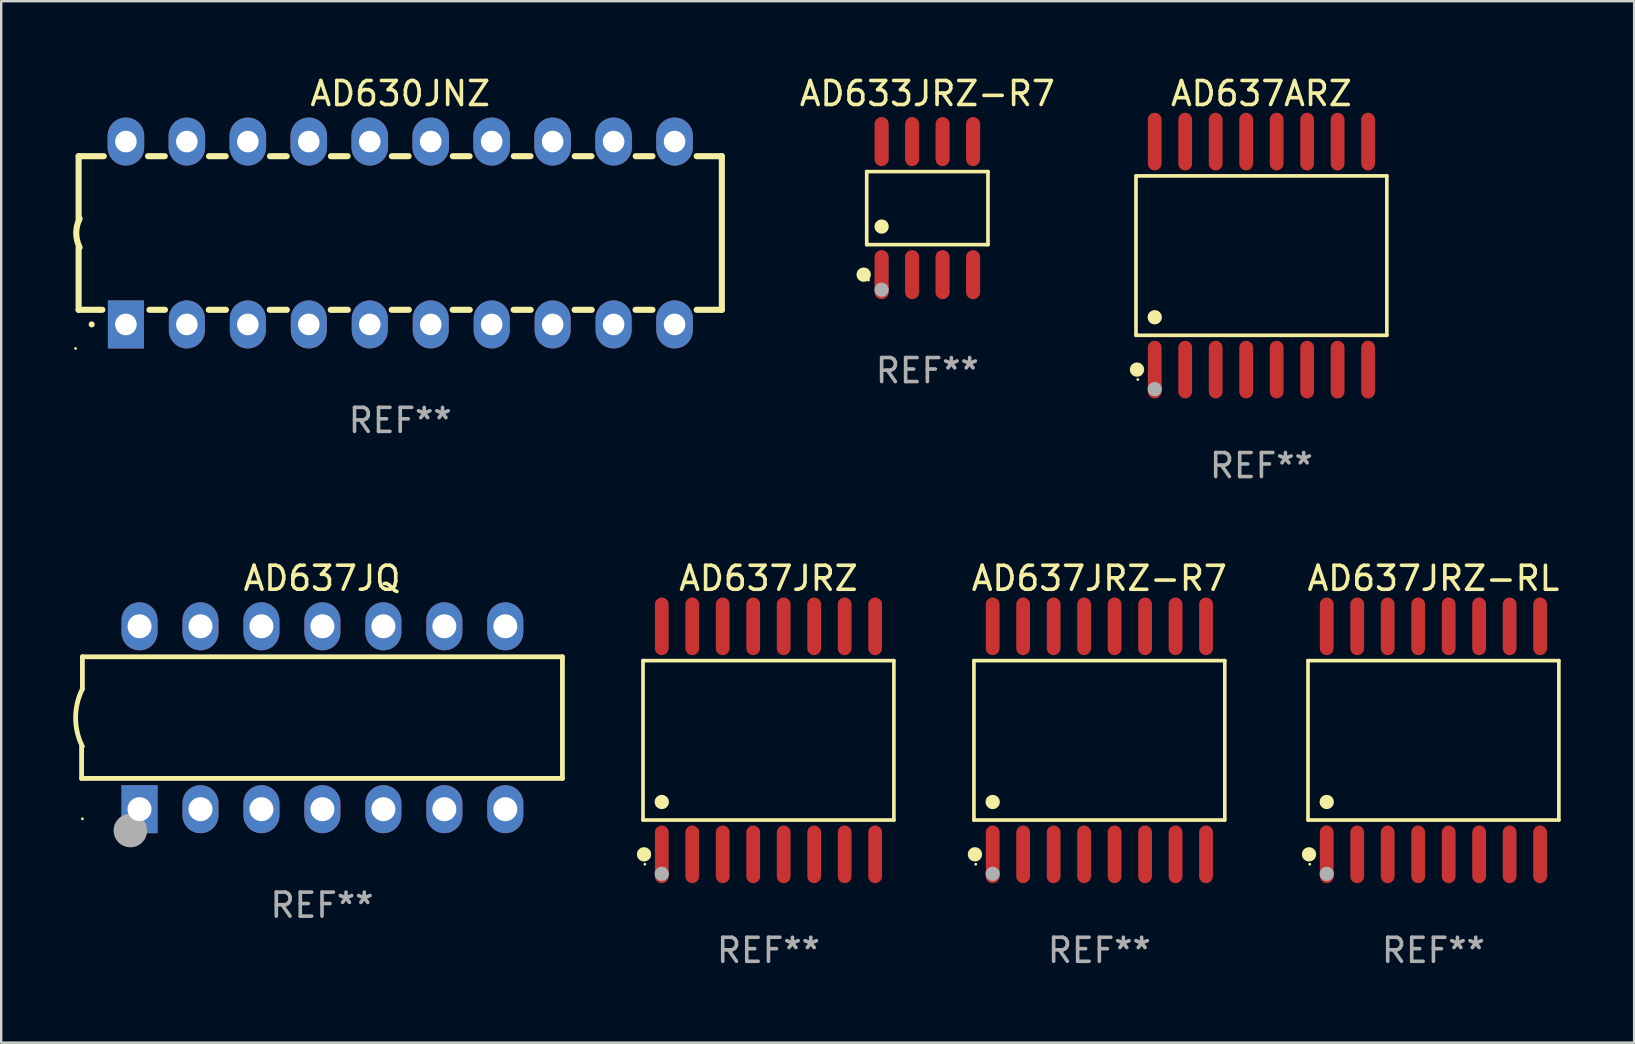
<source format=kicad_pcb>
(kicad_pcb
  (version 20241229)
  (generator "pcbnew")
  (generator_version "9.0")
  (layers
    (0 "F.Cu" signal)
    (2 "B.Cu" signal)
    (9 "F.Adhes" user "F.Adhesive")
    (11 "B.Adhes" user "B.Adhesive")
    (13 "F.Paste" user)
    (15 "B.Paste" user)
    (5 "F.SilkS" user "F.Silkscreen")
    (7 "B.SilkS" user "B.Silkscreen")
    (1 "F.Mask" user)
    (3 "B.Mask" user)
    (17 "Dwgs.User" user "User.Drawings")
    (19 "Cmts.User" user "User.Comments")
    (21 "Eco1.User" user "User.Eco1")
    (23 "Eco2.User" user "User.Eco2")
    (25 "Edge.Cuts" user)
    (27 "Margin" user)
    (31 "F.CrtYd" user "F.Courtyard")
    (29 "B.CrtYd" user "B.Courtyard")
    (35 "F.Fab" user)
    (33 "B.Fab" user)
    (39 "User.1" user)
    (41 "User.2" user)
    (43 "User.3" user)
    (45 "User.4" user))
  (footprint "AD637JQ"
    (layer "F.Cu")
    (at 10.367 26.855)
    (property "Reference" "AD637JQ" (at 0 -5.81 0) (layer "F.SilkS") (effects (font (size 1 1) (thickness 0.15))))
    (attr through_hole)
    (fp_line (start -10.017 2.527) (end -10.017 1.199) (stroke (width 0.2) (type solid)) (layer "F.SilkS"))
    (fp_line (start -9.984 -2.54) (end 10.017 -2.54) (stroke (width 0.2) (type solid)) (layer "F.SilkS"))
    (fp_line (start -9.984 -1.2) (end -9.984 -2.54) (stroke (width 0.2) (type solid)) (layer "F.SilkS"))
    (fp_line (start 10.017 -2.54) (end 10.017 2.527) (stroke (width 0.2) (type solid)) (layer "F.SilkS"))
    (fp_line (start 10.017 2.527) (end -10.017 2.527) (stroke (width 0.2) (type solid)) (layer "F.SilkS"))
    (fp_arc (start -9.983503 1.198882) (mid -10.266661 -0.000556) (end -9.983528 -1.2) (stroke (width 0.2) (type solid)) (layer "F.SilkS"))
    (fp_circle (center -9.984 4.21) (end -9.954 4.21) (stroke (width 0.06) (type solid)) (fill no) (layer "F.SilkS"))
    (fp_circle (center -7.985 4.699) (end -7.635 4.699) (stroke (width 0.7) (type solid)) (fill no) (layer "F.Fab"))
    (fp_text user "REF**" (at 0 7.81 0) (layer "F.Fab") (effects (font (size 1 1) (thickness 0.15))))
    (pad "1" thru_hole rect (at -7.604 3.81 90) (size 2 1.5) (drill 1) (layers "*.Cu" "*.Mask"))
    (pad "2" thru_hole oval (at -5.064 3.81 90) (size 2 1.5) (drill 1) (layers "*.Cu" "*.Mask"))
    (pad "3" thru_hole oval (at -2.524 3.81 90) (size 2 1.5) (drill 1) (layers "*.Cu" "*.Mask"))
    (pad "4" thru_hole oval (at 0.016 3.81 90) (size 2 1.5) (drill 1) (layers "*.Cu" "*.Mask"))
    (pad "5" thru_hole oval (at 2.557 3.81 90) (size 2 1.5) (drill 1) (layers "*.Cu" "*.Mask"))
    (pad "6" thru_hole oval (at 5.097 3.81 90) (size 2 1.5) (drill 1) (layers "*.Cu" "*.Mask"))
    (pad "7" thru_hole oval (at 7.637 3.81 90) (size 2 1.5) (drill 1) (layers "*.Cu" "*.Mask"))
    (pad "8" thru_hole oval (at 7.637 -3.81 90) (size 2 1.5) (drill 1) (layers "*.Cu" "*.Mask"))
    (pad "9" thru_hole oval (at 5.097 -3.81 90) (size 2 1.5) (drill 1) (layers "*.Cu" "*.Mask"))
    (pad "10" thru_hole oval (at 2.557 -3.81 90) (size 2 1.5) (drill 1) (layers "*.Cu" "*.Mask"))
    (pad "11" thru_hole oval (at 0.016 -3.81 90) (size 2 1.5) (drill 1) (layers "*.Cu" "*.Mask"))
    (pad "12" thru_hole oval (at -2.524 -3.81 90) (size 2 1.5) (drill 1) (layers "*.Cu" "*.Mask"))
    (pad "13" thru_hole oval (at -5.064 -3.81 90) (size 2 1.5) (drill 1) (layers "*.Cu" "*.Mask"))
    (pad "14" thru_hole oval (at -7.604 -3.81 90) (size 2 1.5) (drill 1) (layers "*.Cu" "*.Mask")))
  (footprint "AD630JNZ"
    (layer "F.Cu")
    (at 13.626 6.658)
    (property "Reference" "AD630JNZ" (at 0 -5.81 0) (layer "F.SilkS") (effects (font (size 1 1) (thickness 0.15))))
    (attr through_hole)
    (fp_line (start -13.4 -3.2) (end -12.351 -3.2) (stroke (width 0.254) (type solid)) (layer "F.SilkS"))
    (fp_line (start -13.4 -0.6) (end -13.4 -3.2) (stroke (width 0.254) (type solid)) (layer "F.SilkS"))
    (fp_line (start -13.4 3.2) (end -13.4 0.6) (stroke (width 0.254) (type solid)) (layer "F.SilkS"))
    (fp_line (start -13.4 3.2) (end -12.411 3.2) (stroke (width 0.254) (type solid)) (layer "F.SilkS"))
    (fp_line (start -10.509 -3.2) (end -9.811 -3.2) (stroke (width 0.254) (type solid)) (layer "F.SilkS"))
    (fp_line (start -10.449 3.2) (end -9.803 3.2) (stroke (width 0.254) (type solid)) (layer "F.SilkS"))
    (fp_line (start -7.977 3.2) (end -7.263 3.2) (stroke (width 0.254) (type solid)) (layer "F.SilkS"))
    (fp_line (start -7.969 -3.2) (end -7.271 -3.2) (stroke (width 0.254) (type solid)) (layer "F.SilkS"))
    (fp_line (start -5.437 3.2) (end -4.723 3.2) (stroke (width 0.254) (type solid)) (layer "F.SilkS"))
    (fp_line (start -5.429 -3.2) (end -4.731 -3.2) (stroke (width 0.254) (type solid)) (layer "F.SilkS"))
    (fp_line (start -2.897 3.2) (end -2.183 3.2) (stroke (width 0.254) (type solid)) (layer "F.SilkS"))
    (fp_line (start -2.889 -3.2) (end -2.191 -3.2) (stroke (width 0.254) (type solid)) (layer "F.SilkS"))
    (fp_line (start -0.357 3.2) (end 0.357 3.2) (stroke (width 0.254) (type solid)) (layer "F.SilkS"))
    (fp_line (start -0.349 -3.2) (end 0.349 -3.2) (stroke (width 0.254) (type solid)) (layer "F.SilkS"))
    (fp_line (start 2.183 3.2) (end 2.897 3.2) (stroke (width 0.254) (type solid)) (layer "F.SilkS"))
    (fp_line (start 2.191 -3.2) (end 2.889 -3.2) (stroke (width 0.254) (type solid)) (layer "F.SilkS"))
    (fp_line (start 4.723 3.2) (end 5.437 3.2) (stroke (width 0.254) (type solid)) (layer "F.SilkS"))
    (fp_line (start 4.731 -3.2) (end 5.429 -3.2) (stroke (width 0.254) (type solid)) (layer "F.SilkS"))
    (fp_line (start 7.263 3.2) (end 7.977 3.2) (stroke (width 0.254) (type solid)) (layer "F.SilkS"))
    (fp_line (start 7.271 -3.2) (end 7.969 -3.2) (stroke (width 0.254) (type solid)) (layer "F.SilkS"))
    (fp_line (start 9.803 3.2) (end 10.509 3.2) (stroke (width 0.254) (type solid)) (layer "F.SilkS"))
    (fp_line (start 9.811 -3.2) (end 10.509 -3.2) (stroke (width 0.254) (type solid)) (layer "F.SilkS"))
    (fp_line (start 12.351 -3.2) (end 13.4 -3.2) (stroke (width 0.254) (type solid)) (layer "F.SilkS"))
    (fp_line (start 12.351 3.2) (end 13.4 3.2) (stroke (width 0.254) (type solid)) (layer "F.SilkS"))
    (fp_line (start 13.4 -3.2) (end 13.4 3.2) (stroke (width 0.254) (type solid)) (layer "F.SilkS"))
    (fp_arc (start -13.357557 0.599721) (mid -13.499295 0.000123) (end -13.358598 -0.599721) (stroke (width 0.254001) (type solid)) (layer "F.SilkS"))
    (fp_arc (start -12.854966 3.810008) (mid -12.854973 3.808738) (end -12.854966 3.807468) (stroke (width 0.25) (type solid)) (layer "F.SilkS"))
    (fp_circle (center -13.527 4.81) (end -13.497 4.81) (stroke (width 0.06) (type solid)) (fill no) (layer "F.SilkS"))
    (fp_text user "REF**" (at 0 7.81 0) (layer "F.Fab") (effects (font (size 1 1) (thickness 0.15))))
    (pad "1" thru_hole rect (at -11.43 3.81 90) (size 2 1.5) (drill 0.9) (layers "*.Cu" "*.Mask"))
    (pad "2" thru_hole oval (at -8.89 3.81 90) (size 2 1.5) (drill 0.9) (layers "*.Cu" "*.Mask"))
    (pad "3" thru_hole oval (at -6.35 3.81 90) (size 2 1.5) (drill 0.9) (layers "*.Cu" "*.Mask"))
    (pad "4" thru_hole oval (at -3.81 3.81 90) (size 2 1.5) (drill 0.9) (layers "*.Cu" "*.Mask"))
    (pad "5" thru_hole oval (at -1.27 3.81 90) (size 2 1.5) (drill 0.9) (layers "*.Cu" "*.Mask"))
    (pad "6" thru_hole oval (at 1.27 3.81 90) (size 2 1.5) (drill 0.9) (layers "*.Cu" "*.Mask"))
    (pad "7" thru_hole oval (at 3.81 3.81 90) (size 2 1.5) (drill 0.9) (layers "*.Cu" "*.Mask"))
    (pad "8" thru_hole oval (at 6.35 3.81 90) (size 2 1.5) (drill 0.9) (layers "*.Cu" "*.Mask"))
    (pad "9" thru_hole oval (at 8.89 3.81 90) (size 2 1.5) (drill 0.9) (layers "*.Cu" "*.Mask"))
    (pad "10" thru_hole oval (at 11.43 3.81 90) (size 2 1.524) (drill 0.9) (layers "*.Cu" "*.Mask"))
    (pad "11" thru_hole oval (at 11.43 -3.81 90) (size 2 1.524) (drill 0.9) (layers "*.Cu" "*.Mask"))
    (pad "12" thru_hole oval (at 8.89 -3.81 90) (size 2 1.524) (drill 0.9) (layers "*.Cu" "*.Mask"))
    (pad "13" thru_hole oval (at 6.35 -3.81 90) (size 2 1.524) (drill 0.9) (layers "*.Cu" "*.Mask"))
    (pad "14" thru_hole oval (at 3.81 -3.81 90) (size 2 1.524) (drill 0.9) (layers "*.Cu" "*.Mask"))
    (pad "15" thru_hole oval (at 1.27 -3.81 90) (size 2 1.524) (drill 0.9) (layers "*.Cu" "*.Mask"))
    (pad "16" thru_hole oval (at -1.27 -3.81 90) (size 2 1.524) (drill 0.9) (layers "*.Cu" "*.Mask"))
    (pad "17" thru_hole oval (at -3.81 -3.81 90) (size 2 1.524) (drill 0.9) (layers "*.Cu" "*.Mask"))
    (pad "18" thru_hole oval (at -6.35 -3.81 90) (size 2 1.524) (drill 0.9) (layers "*.Cu" "*.Mask"))
    (pad "19" thru_hole oval (at -8.89 -3.81 90) (size 2 1.524) (drill 0.9) (layers "*.Cu" "*.Mask"))
    (pad "20" thru_hole oval (at -11.43 -3.81 90) (size 2 1.524) (drill 0.9) (layers "*.Cu" "*.Mask")))
  (footprint "AD637JRZ-RL"
    (layer "F.Cu")
    (at 56.674 27.796)
    (property "Reference" "AD637JRZ-RL" (at 0 -6.75 0) (layer "F.SilkS") (effects (font (size 1 1) (thickness 0.15))))
    (attr through_hole)
    (fp_line (start -5.226 -3.321) (end 5.226 -3.321) (stroke (width 0.152) (type solid)) (layer "F.SilkS"))
    (fp_line (start -5.226 3.321) (end -5.226 -3.321) (stroke (width 0.152) (type solid)) (layer "F.SilkS"))
    (fp_line (start 5.226 -3.321) (end 5.226 3.321) (stroke (width 0.152) (type solid)) (layer "F.SilkS"))
    (fp_line (start 5.226 3.321) (end -5.226 3.321) (stroke (width 0.152) (type solid)) (layer "F.SilkS"))
    (fp_circle (center -5.184 4.75) (end -5.034 4.75) (stroke (width 0.3) (type solid)) (fill no) (layer "F.SilkS"))
    (fp_circle (center -5.15 5.163) (end -5.12 5.163) (stroke (width 0.06) (type solid)) (fill no) (layer "F.SilkS"))
    (fp_circle (center -4.445 2.569) (end -4.295 2.569) (stroke (width 0.3) (type solid)) (fill no) (layer "F.SilkS"))
    (fp_circle (center -4.445 5.563) (end -4.295 5.563) (stroke (width 0.3) (type solid)) (fill no) (layer "F.Fab"))
    (fp_text user "REF**" (at 0 8.75 0) (layer "F.Fab") (effects (font (size 1 1) (thickness 0.15))))
    (pad "1" smd oval (at -4.445 4.75) (size 0.574 2.401) (layers "F.Cu" "F.Mask" "F.Paste"))
    (pad "2" smd oval (at -3.175 4.75) (size 0.574 2.401) (layers "F.Cu" "F.Mask" "F.Paste"))
    (pad "3" smd oval (at -1.905 4.75) (size 0.574 2.401) (layers "F.Cu" "F.Mask" "F.Paste"))
    (pad "4" smd oval (at -0.635 4.75) (size 0.574 2.401) (layers "F.Cu" "F.Mask" "F.Paste"))
    (pad "5" smd oval (at 0.635 4.75) (size 0.574 2.401) (layers "F.Cu" "F.Mask" "F.Paste"))
    (pad "6" smd oval (at 1.905 4.75) (size 0.574 2.401) (layers "F.Cu" "F.Mask" "F.Paste"))
    (pad "7" smd oval (at 3.175 4.75) (size 0.574 2.401) (layers "F.Cu" "F.Mask" "F.Paste"))
    (pad "8" smd oval (at 4.445 4.75) (size 0.574 2.401) (layers "F.Cu" "F.Mask" "F.Paste"))
    (pad "9" smd oval (at 4.445 -4.75) (size 0.574 2.401) (layers "F.Cu" "F.Mask" "F.Paste"))
    (pad "10" smd oval (at 3.175 -4.75) (size 0.574 2.401) (layers "F.Cu" "F.Mask" "F.Paste"))
    (pad "11" smd oval (at 1.905 -4.75) (size 0.574 2.401) (layers "F.Cu" "F.Mask" "F.Paste"))
    (pad "12" smd oval (at 0.635 -4.75) (size 0.574 2.401) (layers "F.Cu" "F.Mask" "F.Paste"))
    (pad "13" smd oval (at -0.635 -4.75) (size 0.574 2.401) (layers "F.Cu" "F.Mask" "F.Paste"))
    (pad "14" smd oval (at -1.905 -4.75) (size 0.574 2.401) (layers "F.Cu" "F.Mask" "F.Paste"))
    (pad "15" smd oval (at -3.175 -4.75) (size 0.574 2.401) (layers "F.Cu" "F.Mask" "F.Paste"))
    (pad "16" smd oval (at -4.445 -4.75) (size 0.574 2.401) (layers "F.Cu" "F.Mask" "F.Paste")))
  (footprint "AD637ARZ"
    (layer "F.Cu")
    (at 49.507 7.599)
    (property "Reference" "AD637ARZ" (at 0 -6.75 0) (layer "F.SilkS") (effects (font (size 1 1) (thickness 0.15))))
    (attr through_hole)
    (fp_line (start -5.226 -3.321) (end 5.226 -3.321) (stroke (width 0.152) (type solid)) (layer "F.SilkS"))
    (fp_line (start -5.226 3.321) (end -5.226 -3.321) (stroke (width 0.152) (type solid)) (layer "F.SilkS"))
    (fp_line (start 5.226 -3.321) (end 5.226 3.321) (stroke (width 0.152) (type solid)) (layer "F.SilkS"))
    (fp_line (start 5.226 3.321) (end -5.226 3.321) (stroke (width 0.152) (type solid)) (layer "F.SilkS"))
    (fp_circle (center -5.184 4.75) (end -5.034 4.75) (stroke (width 0.3) (type solid)) (fill no) (layer "F.SilkS"))
    (fp_circle (center -5.15 5.163) (end -5.12 5.163) (stroke (width 0.06) (type solid)) (fill no) (layer "F.SilkS"))
    (fp_circle (center -4.445 2.569) (end -4.295 2.569) (stroke (width 0.3) (type solid)) (fill no) (layer "F.SilkS"))
    (fp_circle (center -4.445 5.563) (end -4.295 5.563) (stroke (width 0.3) (type solid)) (fill no) (layer "F.Fab"))
    (fp_text user "REF**" (at 0 8.75 0) (layer "F.Fab") (effects (font (size 1 1) (thickness 0.15))))
    (pad "1" smd oval (at -4.445 4.75) (size 0.574 2.401) (layers "F.Cu" "F.Mask" "F.Paste"))
    (pad "2" smd oval (at -3.175 4.75) (size 0.574 2.401) (layers "F.Cu" "F.Mask" "F.Paste"))
    (pad "3" smd oval (at -1.905 4.75) (size 0.574 2.401) (layers "F.Cu" "F.Mask" "F.Paste"))
    (pad "4" smd oval (at -0.635 4.75) (size 0.574 2.401) (layers "F.Cu" "F.Mask" "F.Paste"))
    (pad "5" smd oval (at 0.635 4.75) (size 0.574 2.401) (layers "F.Cu" "F.Mask" "F.Paste"))
    (pad "6" smd oval (at 1.905 4.75) (size 0.574 2.401) (layers "F.Cu" "F.Mask" "F.Paste"))
    (pad "7" smd oval (at 3.175 4.75) (size 0.574 2.401) (layers "F.Cu" "F.Mask" "F.Paste"))
    (pad "8" smd oval (at 4.445 4.75) (size 0.574 2.401) (layers "F.Cu" "F.Mask" "F.Paste"))
    (pad "9" smd oval (at 4.445 -4.75) (size 0.574 2.401) (layers "F.Cu" "F.Mask" "F.Paste"))
    (pad "10" smd oval (at 3.175 -4.75) (size 0.574 2.401) (layers "F.Cu" "F.Mask" "F.Paste"))
    (pad "11" smd oval (at 1.905 -4.75) (size 0.574 2.401) (layers "F.Cu" "F.Mask" "F.Paste"))
    (pad "12" smd oval (at 0.635 -4.75) (size 0.574 2.401) (layers "F.Cu" "F.Mask" "F.Paste"))
    (pad "13" smd oval (at -0.635 -4.75) (size 0.574 2.401) (layers "F.Cu" "F.Mask" "F.Paste"))
    (pad "14" smd oval (at -1.905 -4.75) (size 0.574 2.401) (layers "F.Cu" "F.Mask" "F.Paste"))
    (pad "15" smd oval (at -3.175 -4.75) (size 0.574 2.401) (layers "F.Cu" "F.Mask" "F.Paste"))
    (pad "16" smd oval (at -4.445 -4.75) (size 0.574 2.401) (layers "F.Cu" "F.Mask" "F.Paste")))
  (footprint "AD637JRZ"
    (layer "F.Cu")
    (at 28.968 27.796)
    (property "Reference" "AD637JRZ" (at 0 -6.75 0) (layer "F.SilkS") (effects (font (size 1 1) (thickness 0.15))))
    (attr through_hole)
    (fp_line (start -5.226 -3.321) (end 5.226 -3.321) (stroke (width 0.152) (type solid)) (layer "F.SilkS"))
    (fp_line (start -5.226 3.321) (end -5.226 -3.321) (stroke (width 0.152) (type solid)) (layer "F.SilkS"))
    (fp_line (start 5.226 -3.321) (end 5.226 3.321) (stroke (width 0.152) (type solid)) (layer "F.SilkS"))
    (fp_line (start 5.226 3.321) (end -5.226 3.321) (stroke (width 0.152) (type solid)) (layer "F.SilkS"))
    (fp_circle (center -5.184 4.75) (end -5.034 4.75) (stroke (width 0.3) (type solid)) (fill no) (layer "F.SilkS"))
    (fp_circle (center -5.15 5.163) (end -5.12 5.163) (stroke (width 0.06) (type solid)) (fill no) (layer "F.SilkS"))
    (fp_circle (center -4.445 2.569) (end -4.295 2.569) (stroke (width 0.3) (type solid)) (fill no) (layer "F.SilkS"))
    (fp_circle (center -4.445 5.563) (end -4.295 5.563) (stroke (width 0.3) (type solid)) (fill no) (layer "F.Fab"))
    (fp_text user "REF**" (at 0 8.75 0) (layer "F.Fab") (effects (font (size 1 1) (thickness 0.15))))
    (pad "1" smd oval (at -4.445 4.75) (size 0.574 2.401) (layers "F.Cu" "F.Mask" "F.Paste"))
    (pad "2" smd oval (at -3.175 4.75) (size 0.574 2.401) (layers "F.Cu" "F.Mask" "F.Paste"))
    (pad "3" smd oval (at -1.905 4.75) (size 0.574 2.401) (layers "F.Cu" "F.Mask" "F.Paste"))
    (pad "4" smd oval (at -0.635 4.75) (size 0.574 2.401) (layers "F.Cu" "F.Mask" "F.Paste"))
    (pad "5" smd oval (at 0.635 4.75) (size 0.574 2.401) (layers "F.Cu" "F.Mask" "F.Paste"))
    (pad "6" smd oval (at 1.905 4.75) (size 0.574 2.401) (layers "F.Cu" "F.Mask" "F.Paste"))
    (pad "7" smd oval (at 3.175 4.75) (size 0.574 2.401) (layers "F.Cu" "F.Mask" "F.Paste"))
    (pad "8" smd oval (at 4.445 4.75) (size 0.574 2.401) (layers "F.Cu" "F.Mask" "F.Paste"))
    (pad "9" smd oval (at 4.445 -4.75) (size 0.574 2.401) (layers "F.Cu" "F.Mask" "F.Paste"))
    (pad "10" smd oval (at 3.175 -4.75) (size 0.574 2.401) (layers "F.Cu" "F.Mask" "F.Paste"))
    (pad "11" smd oval (at 1.905 -4.75) (size 0.574 2.401) (layers "F.Cu" "F.Mask" "F.Paste"))
    (pad "12" smd oval (at 0.635 -4.75) (size 0.574 2.401) (layers "F.Cu" "F.Mask" "F.Paste"))
    (pad "13" smd oval (at -0.635 -4.75) (size 0.574 2.401) (layers "F.Cu" "F.Mask" "F.Paste"))
    (pad "14" smd oval (at -1.905 -4.75) (size 0.574 2.401) (layers "F.Cu" "F.Mask" "F.Paste"))
    (pad "15" smd oval (at -3.175 -4.75) (size 0.574 2.401) (layers "F.Cu" "F.Mask" "F.Paste"))
    (pad "16" smd oval (at -4.445 -4.75) (size 0.574 2.401) (layers "F.Cu" "F.Mask" "F.Paste")))
  (footprint "AD633JRZ-R7"
    (layer "F.Cu")
    (at 35.588 5.621)
    (property "Reference" "AD633JRZ-R7" (at 0 -4.772 0) (layer "F.SilkS") (effects (font (size 1 1) (thickness 0.15))))
    (attr through_hole)
    (fp_line (start -2.526 -1.521) (end 2.526 -1.521) (stroke (width 0.152) (type solid)) (layer "F.SilkS"))
    (fp_line (start -2.526 1.521) (end -2.526 -1.521) (stroke (width 0.152) (type solid)) (layer "F.SilkS"))
    (fp_line (start 2.526 -1.521) (end 2.526 1.521) (stroke (width 0.152) (type solid)) (layer "F.SilkS"))
    (fp_line (start 2.526 1.521) (end -2.526 1.521) (stroke (width 0.152) (type solid)) (layer "F.SilkS"))
    (fp_circle (center -2.652 2.772) (end -2.501 2.772) (stroke (width 0.3) (type solid)) (fill no) (layer "F.SilkS"))
    (fp_circle (center -2.45 3) (end -2.42 3) (stroke (width 0.06) (type solid)) (fill no) (layer "F.SilkS"))
    (fp_circle (center -1.905 0.769) (end -1.755 0.769) (stroke (width 0.3) (type solid)) (fill no) (layer "F.SilkS"))
    (fp_circle (center -1.905 3.4) (end -1.755 3.4) (stroke (width 0.3) (type solid)) (fill no) (layer "F.Fab"))
    (fp_text user "REF**" (at 0 6.772 0) (layer "F.Fab") (effects (font (size 1 1) (thickness 0.15))))
    (pad "1" smd oval (at -1.905 2.772) (size 0.588 2.045) (layers "F.Cu" "F.Mask" "F.Paste"))
    (pad "2" smd oval (at -0.635 2.772) (size 0.588 2.045) (layers "F.Cu" "F.Mask" "F.Paste"))
    (pad "3" smd oval (at 0.635 2.772) (size 0.588 2.045) (layers "F.Cu" "F.Mask" "F.Paste"))
    (pad "4" smd oval (at 1.905 2.772) (size 0.588 2.045) (layers "F.Cu" "F.Mask" "F.Paste"))
    (pad "5" smd oval (at 1.905 -2.772) (size 0.588 2.045) (layers "F.Cu" "F.Mask" "F.Paste"))
    (pad "6" smd oval (at 0.635 -2.772) (size 0.588 2.045) (layers "F.Cu" "F.Mask" "F.Paste"))
    (pad "7" smd oval (at -0.635 -2.772) (size 0.588 2.045) (layers "F.Cu" "F.Mask" "F.Paste"))
    (pad "8" smd oval (at -1.905 -2.772) (size 0.588 2.045) (layers "F.Cu" "F.Mask" "F.Paste")))
  (footprint "AD637JRZ-R7"
    (layer "F.Cu")
    (at 42.755 27.796)
    (property "Reference" "AD637JRZ-R7" (at 0 -6.75 0) (layer "F.SilkS") (effects (font (size 1 1) (thickness 0.15))))
    (attr through_hole)
    (fp_line (start -5.226 -3.321) (end 5.226 -3.321) (stroke (width 0.152) (type solid)) (layer "F.SilkS"))
    (fp_line (start -5.226 3.321) (end -5.226 -3.321) (stroke (width 0.152) (type solid)) (layer "F.SilkS"))
    (fp_line (start 5.226 -3.321) (end 5.226 3.321) (stroke (width 0.152) (type solid)) (layer "F.SilkS"))
    (fp_line (start 5.226 3.321) (end -5.226 3.321) (stroke (width 0.152) (type solid)) (layer "F.SilkS"))
    (fp_circle (center -5.184 4.75) (end -5.034 4.75) (stroke (width 0.3) (type solid)) (fill no) (layer "F.SilkS"))
    (fp_circle (center -5.15 5.163) (end -5.12 5.163) (stroke (width 0.06) (type solid)) (fill no) (layer "F.SilkS"))
    (fp_circle (center -4.445 2.569) (end -4.295 2.569) (stroke (width 0.3) (type solid)) (fill no) (layer "F.SilkS"))
    (fp_circle (center -4.445 5.563) (end -4.295 5.563) (stroke (width 0.3) (type solid)) (fill no) (layer "F.Fab"))
    (fp_text user "REF**" (at 0 8.75 0) (layer "F.Fab") (effects (font (size 1 1) (thickness 0.15))))
    (pad "1" smd oval (at -4.445 4.75) (size 0.574 2.401) (layers "F.Cu" "F.Mask" "F.Paste"))
    (pad "2" smd oval (at -3.175 4.75) (size 0.574 2.401) (layers "F.Cu" "F.Mask" "F.Paste"))
    (pad "3" smd oval (at -1.905 4.75) (size 0.574 2.401) (layers "F.Cu" "F.Mask" "F.Paste"))
    (pad "4" smd oval (at -0.635 4.75) (size 0.574 2.401) (layers "F.Cu" "F.Mask" "F.Paste"))
    (pad "5" smd oval (at 0.635 4.75) (size 0.574 2.401) (layers "F.Cu" "F.Mask" "F.Paste"))
    (pad "6" smd oval (at 1.905 4.75) (size 0.574 2.401) (layers "F.Cu" "F.Mask" "F.Paste"))
    (pad "7" smd oval (at 3.175 4.75) (size 0.574 2.401) (layers "F.Cu" "F.Mask" "F.Paste"))
    (pad "8" smd oval (at 4.445 4.75) (size 0.574 2.401) (layers "F.Cu" "F.Mask" "F.Paste"))
    (pad "9" smd oval (at 4.445 -4.75) (size 0.574 2.401) (layers "F.Cu" "F.Mask" "F.Paste"))
    (pad "10" smd oval (at 3.175 -4.75) (size 0.574 2.401) (layers "F.Cu" "F.Mask" "F.Paste"))
    (pad "11" smd oval (at 1.905 -4.75) (size 0.574 2.401) (layers "F.Cu" "F.Mask" "F.Paste"))
    (pad "12" smd oval (at 0.635 -4.75) (size 0.574 2.401) (layers "F.Cu" "F.Mask" "F.Paste"))
    (pad "13" smd oval (at -0.635 -4.75) (size 0.574 2.401) (layers "F.Cu" "F.Mask" "F.Paste"))
    (pad "14" smd oval (at -1.905 -4.75) (size 0.574 2.401) (layers "F.Cu" "F.Mask" "F.Paste"))
    (pad "15" smd oval (at -3.175 -4.75) (size 0.574 2.401) (layers "F.Cu" "F.Mask" "F.Paste"))
    (pad "16" smd oval (at -4.445 -4.75) (size 0.574 2.401) (layers "F.Cu" "F.Mask" "F.Paste")))
  (gr_rect
    (start -3 -3)
    (end 65.037 40.394)
    (stroke (width 0.1) (type default))
    (fill no)
    (layer "Edge.Cuts")))
</source>
